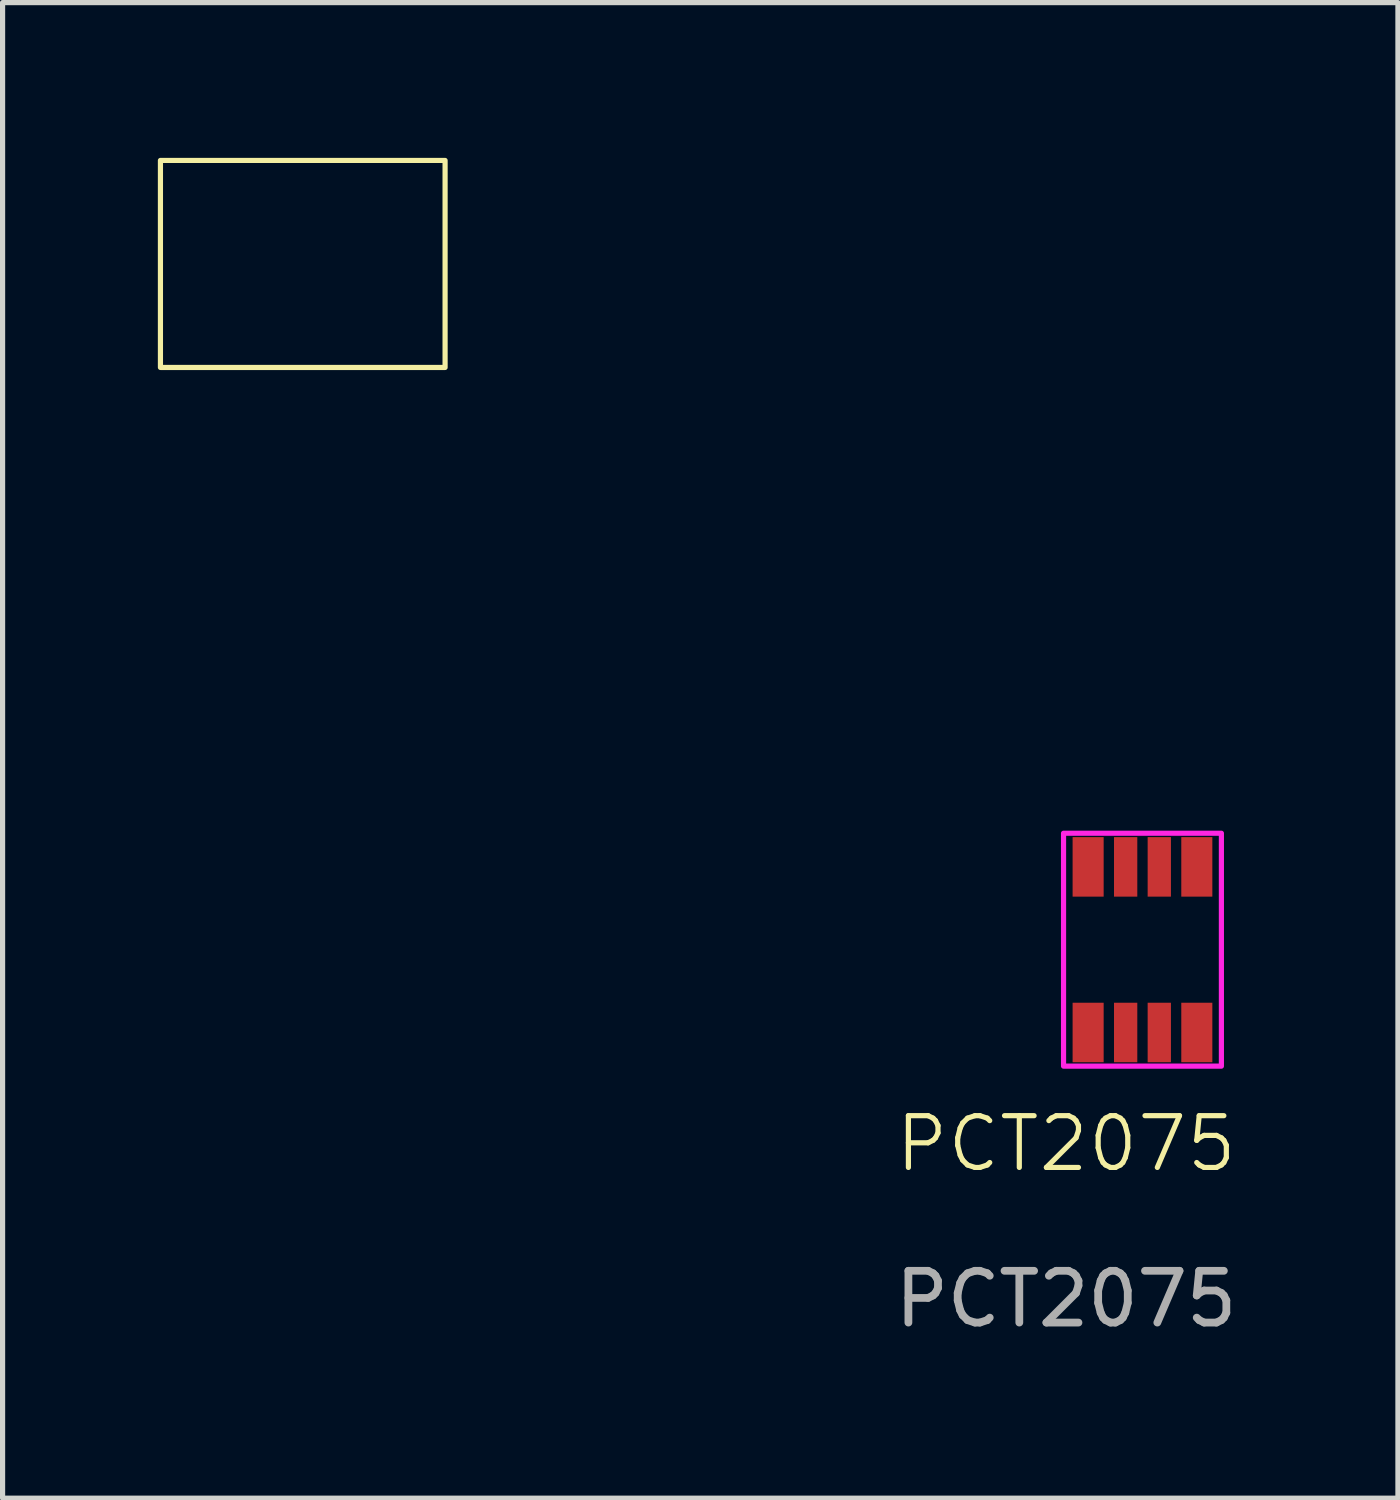
<source format=kicad_pcb>
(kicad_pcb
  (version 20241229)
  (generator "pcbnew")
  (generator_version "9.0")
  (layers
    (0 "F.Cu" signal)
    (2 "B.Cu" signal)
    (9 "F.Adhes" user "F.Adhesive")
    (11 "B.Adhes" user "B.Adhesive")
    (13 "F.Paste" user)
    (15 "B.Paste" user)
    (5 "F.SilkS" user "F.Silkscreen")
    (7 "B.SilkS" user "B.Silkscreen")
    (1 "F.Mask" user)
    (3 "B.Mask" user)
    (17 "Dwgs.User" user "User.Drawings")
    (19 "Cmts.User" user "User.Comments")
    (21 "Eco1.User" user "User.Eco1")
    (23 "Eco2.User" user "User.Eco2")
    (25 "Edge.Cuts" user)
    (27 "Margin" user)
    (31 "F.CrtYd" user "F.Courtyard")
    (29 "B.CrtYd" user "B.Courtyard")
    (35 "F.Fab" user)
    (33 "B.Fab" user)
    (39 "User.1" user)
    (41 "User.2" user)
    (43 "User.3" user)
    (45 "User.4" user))
  (footprint "PCT2075"
    (layer "F.Cu")
    (at 17.55 15.05)
    (property "Reference" "PCT2075" (at 0 4 0) (unlocked yes) (layer "F.SilkS") (effects (font (size 1 1) (thickness 0.1))))
    (attr smd)
    (fp_rect (start -17.5 -15) (end -12 -11) (stroke (width 0.1) (type default)) (fill no) (layer "F.SilkS"))
    (fp_rect (start -0.05 -2) (end 3 2.5) (stroke (width 0.1) (type solid)) (fill no) (layer "F.CrtYd"))
    (fp_text user "${REFERENCE}" (at 0 7 0) (unlocked yes) (layer "F.Fab") (effects (font (size 1 1) (thickness 0.15))))
    (pad "1" smd rect (at 0.425 -1.35) (size 0.6 1.15) (layers "F.Cu" "F.Mask" "F.Paste"))
    (pad "1" smd rect (at 0.425 1.85) (size 0.6 1.15) (layers "F.Cu" "F.Mask" "F.Paste"))
    (pad "1" smd rect (at 2.525 -1.35) (size 0.6 1.15) (layers "F.Cu" "F.Mask" "F.Paste"))
    (pad "1" smd rect (at 2.525 1.85) (size 0.6 1.15) (layers "F.Cu" "F.Mask" "F.Paste"))
    (pad "2" smd rect (at 1.15 -1.35) (size 0.45 1.15) (layers "F.Cu" "F.Mask" "F.Paste"))
    (pad "2" smd rect (at 1.15 1.85) (size 0.45 1.15) (layers "F.Cu" "F.Mask" "F.Paste"))
    (pad "2" smd rect (at 1.8 -1.35) (size 0.45 1.15) (layers "F.Cu" "F.Mask" "F.Paste"))
    (pad "2" smd rect (at 1.8 1.85) (size 0.45 1.15) (layers "F.Cu" "F.Mask" "F.Paste")))
  (gr_rect
    (start -3 -3)
    (end 23.961 25.898)
    (stroke (width 0.1) (type default))
    (fill no)
    (layer "Edge.Cuts")))
</source>
